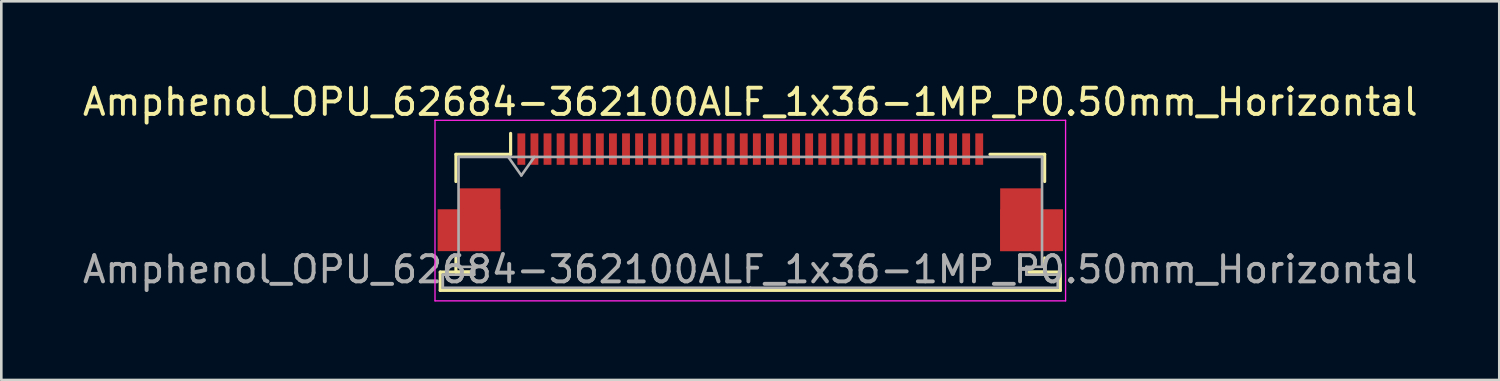
<source format=kicad_pcb>
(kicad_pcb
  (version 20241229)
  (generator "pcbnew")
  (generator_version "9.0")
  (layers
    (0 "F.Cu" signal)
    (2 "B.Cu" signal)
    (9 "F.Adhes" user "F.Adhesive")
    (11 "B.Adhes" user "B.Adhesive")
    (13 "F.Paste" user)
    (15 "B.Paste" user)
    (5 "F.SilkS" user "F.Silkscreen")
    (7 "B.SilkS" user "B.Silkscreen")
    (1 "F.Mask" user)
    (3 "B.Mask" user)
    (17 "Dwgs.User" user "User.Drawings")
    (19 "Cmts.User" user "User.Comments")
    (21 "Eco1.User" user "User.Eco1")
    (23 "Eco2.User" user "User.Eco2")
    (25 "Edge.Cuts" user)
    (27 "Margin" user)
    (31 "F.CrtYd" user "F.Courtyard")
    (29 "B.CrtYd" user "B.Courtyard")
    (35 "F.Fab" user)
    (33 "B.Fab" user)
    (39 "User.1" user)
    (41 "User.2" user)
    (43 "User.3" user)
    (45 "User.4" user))
  (footprint "Amphenol_OPU_62684-362100ALF_1x36-1MP_P0.50mm_Horizontal"
    (layer "F.Cu")
    (at 25.625 4.298)
    (property "Reference" "Amphenol_OPU_62684-362100ALF_1x36-1MP_P0.50mm_Horizontal" (at 0 -3.45 0) (layer "F.SilkS") (effects (font (size 1 1) (thickness 0.15))))
    (attr smd)
    (fp_line (start -11.85 3.05) (end -11.85 3.75) (stroke (width 0.12) (type solid)) (layer "F.SilkS"))
    (fp_line (start -11.85 3.75) (end 11.85 3.75) (stroke (width 0.12) (type solid)) (layer "F.SilkS"))
    (fp_line (start -11.25 -1.45) (end -11.25 -0.41) (stroke (width 0.12) (type solid)) (layer "F.SilkS"))
    (fp_line (start -11.25 2.51) (end -11.25 3.05) (stroke (width 0.12) (type solid)) (layer "F.SilkS"))
    (fp_line (start -11.25 3.05) (end -10.65 3.05) (stroke (width 0.12) (type solid)) (layer "F.SilkS"))
    (fp_line (start -10.65 3.05) (end -11.85 3.05) (stroke (width 0.12) (type solid)) (layer "F.SilkS"))
    (fp_line (start -9.16 -1.45) (end -11.25 -1.45) (stroke (width 0.12) (type solid)) (layer "F.SilkS"))
    (fp_line (start -9.16 -1.45) (end -9.16 -2.25) (stroke (width 0.12) (type solid)) (layer "F.SilkS"))
    (fp_line (start 9.16 -1.45) (end 11.25 -1.45) (stroke (width 0.12) (type solid)) (layer "F.SilkS"))
    (fp_line (start 10.65 3.05) (end 11.25 3.05) (stroke (width 0.12) (type solid)) (layer "F.SilkS"))
    (fp_line (start 11.25 -1.45) (end 11.25 -0.41) (stroke (width 0.12) (type solid)) (layer "F.SilkS"))
    (fp_line (start 11.25 3.05) (end 11.25 2.51) (stroke (width 0.12) (type solid)) (layer "F.SilkS"))
    (fp_line (start 11.85 3.05) (end 10.65 3.05) (stroke (width 0.12) (type solid)) (layer "F.SilkS"))
    (fp_line (start 11.85 3.75) (end 11.85 3.05) (stroke (width 0.12) (type solid)) (layer "F.SilkS"))
    (fp_line (start -12.05 -2.75) (end -12.05 4.15) (stroke (width 0.05) (type solid)) (layer "F.CrtYd"))
    (fp_line (start -12.05 4.15) (end 12.05 4.15) (stroke (width 0.05) (type solid)) (layer "F.CrtYd"))
    (fp_line (start 12.05 -2.75) (end -12.05 -2.75) (stroke (width 0.05) (type solid)) (layer "F.CrtYd"))
    (fp_line (start 12.05 4.15) (end 12.05 -2.75) (stroke (width 0.05) (type solid)) (layer "F.CrtYd"))
    (fp_line (start -11.75 3.15) (end -11.75 3.65) (stroke (width 0.1) (type solid)) (layer "F.Fab"))
    (fp_line (start -11.75 3.65) (end 0 3.65) (stroke (width 0.1) (type solid)) (layer "F.Fab"))
    (fp_line (start -11.15 -1.35) (end -11.15 2.85) (stroke (width 0.1) (type solid)) (layer "F.Fab"))
    (fp_line (start -11.15 2.85) (end -10.55 2.85) (stroke (width 0.1) (type solid)) (layer "F.Fab"))
    (fp_line (start -10.55 2.85) (end -10.55 3.15) (stroke (width 0.1) (type solid)) (layer "F.Fab"))
    (fp_line (start -10.55 3.15) (end -11.75 3.15) (stroke (width 0.1) (type solid)) (layer "F.Fab"))
    (fp_line (start -9.25 -1.35) (end -8.75 -0.643) (stroke (width 0.1) (type solid)) (layer "F.Fab"))
    (fp_line (start -8.75 -0.643) (end -8.25 -1.35) (stroke (width 0.1) (type solid)) (layer "F.Fab"))
    (fp_line (start 0 -1.35) (end -11.15 -1.35) (stroke (width 0.1) (type solid)) (layer "F.Fab"))
    (fp_line (start 0 -1.35) (end 11.15 -1.35) (stroke (width 0.1) (type solid)) (layer "F.Fab"))
    (fp_line (start 10.55 2.85) (end 10.55 3.15) (stroke (width 0.1) (type solid)) (layer "F.Fab"))
    (fp_line (start 10.55 3.15) (end 11.75 3.15) (stroke (width 0.1) (type solid)) (layer "F.Fab"))
    (fp_line (start 11.15 -1.35) (end 11.15 2.85) (stroke (width 0.1) (type solid)) (layer "F.Fab"))
    (fp_line (start 11.15 2.85) (end 10.55 2.85) (stroke (width 0.1) (type solid)) (layer "F.Fab"))
    (fp_line (start 11.75 3.15) (end 11.75 3.65) (stroke (width 0.1) (type solid)) (layer "F.Fab"))
    (fp_line (start 11.75 3.65) (end 0 3.65) (stroke (width 0.1) (type solid)) (layer "F.Fab"))
    (fp_text user "${REFERENCE}" (at 0 2.95 0) (layer "F.Fab") (effects (font (size 1 1) (thickness 0.15))))
    (pad "1" smd rect (at -8.75 -1.65) (size 0.3 1.2) (layers "F.Cu" "F.Mask" "F.Paste"))
    (pad "2" smd rect (at -8.25 -1.65) (size 0.3 1.2) (layers "F.Cu" "F.Mask" "F.Paste"))
    (pad "3" smd rect (at -7.75 -1.65) (size 0.3 1.2) (layers "F.Cu" "F.Mask" "F.Paste"))
    (pad "4" smd rect (at -7.25 -1.65) (size 0.3 1.2) (layers "F.Cu" "F.Mask" "F.Paste"))
    (pad "5" smd rect (at -6.75 -1.65) (size 0.3 1.2) (layers "F.Cu" "F.Mask" "F.Paste"))
    (pad "6" smd rect (at -6.25 -1.65) (size 0.3 1.2) (layers "F.Cu" "F.Mask" "F.Paste"))
    (pad "7" smd rect (at -5.75 -1.65) (size 0.3 1.2) (layers "F.Cu" "F.Mask" "F.Paste"))
    (pad "8" smd rect (at -5.25 -1.65) (size 0.3 1.2) (layers "F.Cu" "F.Mask" "F.Paste"))
    (pad "9" smd rect (at -4.75 -1.65) (size 0.3 1.2) (layers "F.Cu" "F.Mask" "F.Paste"))
    (pad "10" smd rect (at -4.25 -1.65) (size 0.3 1.2) (layers "F.Cu" "F.Mask" "F.Paste"))
    (pad "11" smd rect (at -3.75 -1.65) (size 0.3 1.2) (layers "F.Cu" "F.Mask" "F.Paste"))
    (pad "12" smd rect (at -3.25 -1.65) (size 0.3 1.2) (layers "F.Cu" "F.Mask" "F.Paste"))
    (pad "13" smd rect (at -2.75 -1.65) (size 0.3 1.2) (layers "F.Cu" "F.Mask" "F.Paste"))
    (pad "14" smd rect (at -2.25 -1.65) (size 0.3 1.2) (layers "F.Cu" "F.Mask" "F.Paste"))
    (pad "15" smd rect (at -1.75 -1.65) (size 0.3 1.2) (layers "F.Cu" "F.Mask" "F.Paste"))
    (pad "16" smd rect (at -1.25 -1.65) (size 0.3 1.2) (layers "F.Cu" "F.Mask" "F.Paste"))
    (pad "17" smd rect (at -0.75 -1.65) (size 0.3 1.2) (layers "F.Cu" "F.Mask" "F.Paste"))
    (pad "18" smd rect (at -0.25 -1.65) (size 0.3 1.2) (layers "F.Cu" "F.Mask" "F.Paste"))
    (pad "19" smd rect (at 0.25 -1.65) (size 0.3 1.2) (layers "F.Cu" "F.Mask" "F.Paste"))
    (pad "20" smd rect (at 0.75 -1.65) (size 0.3 1.2) (layers "F.Cu" "F.Mask" "F.Paste"))
    (pad "21" smd rect (at 1.25 -1.65) (size 0.3 1.2) (layers "F.Cu" "F.Mask" "F.Paste"))
    (pad "22" smd rect (at 1.75 -1.65) (size 0.3 1.2) (layers "F.Cu" "F.Mask" "F.Paste"))
    (pad "23" smd rect (at 2.25 -1.65) (size 0.3 1.2) (layers "F.Cu" "F.Mask" "F.Paste"))
    (pad "24" smd rect (at 2.75 -1.65) (size 0.3 1.2) (layers "F.Cu" "F.Mask" "F.Paste"))
    (pad "25" smd rect (at 3.25 -1.65) (size 0.3 1.2) (layers "F.Cu" "F.Mask" "F.Paste"))
    (pad "26" smd rect (at 3.75 -1.65) (size 0.3 1.2) (layers "F.Cu" "F.Mask" "F.Paste"))
    (pad "27" smd rect (at 4.25 -1.65) (size 0.3 1.2) (layers "F.Cu" "F.Mask" "F.Paste"))
    (pad "28" smd rect (at 4.75 -1.65) (size 0.3 1.2) (layers "F.Cu" "F.Mask" "F.Paste"))
    (pad "29" smd rect (at 5.25 -1.65) (size 0.3 1.2) (layers "F.Cu" "F.Mask" "F.Paste"))
    (pad "30" smd rect (at 5.75 -1.65) (size 0.3 1.2) (layers "F.Cu" "F.Mask" "F.Paste"))
    (pad "31" smd rect (at 6.25 -1.65) (size 0.3 1.2) (layers "F.Cu" "F.Mask" "F.Paste"))
    (pad "32" smd rect (at 6.75 -1.65) (size 0.3 1.2) (layers "F.Cu" "F.Mask" "F.Paste"))
    (pad "33" smd rect (at 7.25 -1.65) (size 0.3 1.2) (layers "F.Cu" "F.Mask" "F.Paste"))
    (pad "34" smd rect (at 7.75 -1.65) (size 0.3 1.2) (layers "F.Cu" "F.Mask" "F.Paste"))
    (pad "35" smd rect (at 8.25 -1.65) (size 0.3 1.2) (layers "F.Cu" "F.Mask" "F.Paste"))
    (pad "36" smd rect (at 8.75 -1.65) (size 0.3 1.2) (layers "F.Cu" "F.Mask" "F.Paste"))
    (pad "MP" smd rect (at -10.75 1.45) (size 2.4 1.6) (layers "F.Cu" "F.Mask" "F.Paste"))
    (pad "MP" smd rect (at -10.35 1.05) (size 1.6 2.4) (layers "F.Cu" "F.Mask" "F.Paste"))
    (pad "MP" smd rect (at 10.35 1.05) (size 1.6 2.4) (layers "F.Cu" "F.Mask" "F.Paste"))
    (pad "MP" smd rect (at 10.75 1.45) (size 2.4 1.6) (layers "F.Cu" "F.Mask" "F.Paste")))
  (gr_rect
    (start -3 -3)
    (end 54.25 11.473)
    (stroke (width 0.1) (type default))
    (fill no)
    (layer "Edge.Cuts")))
</source>
